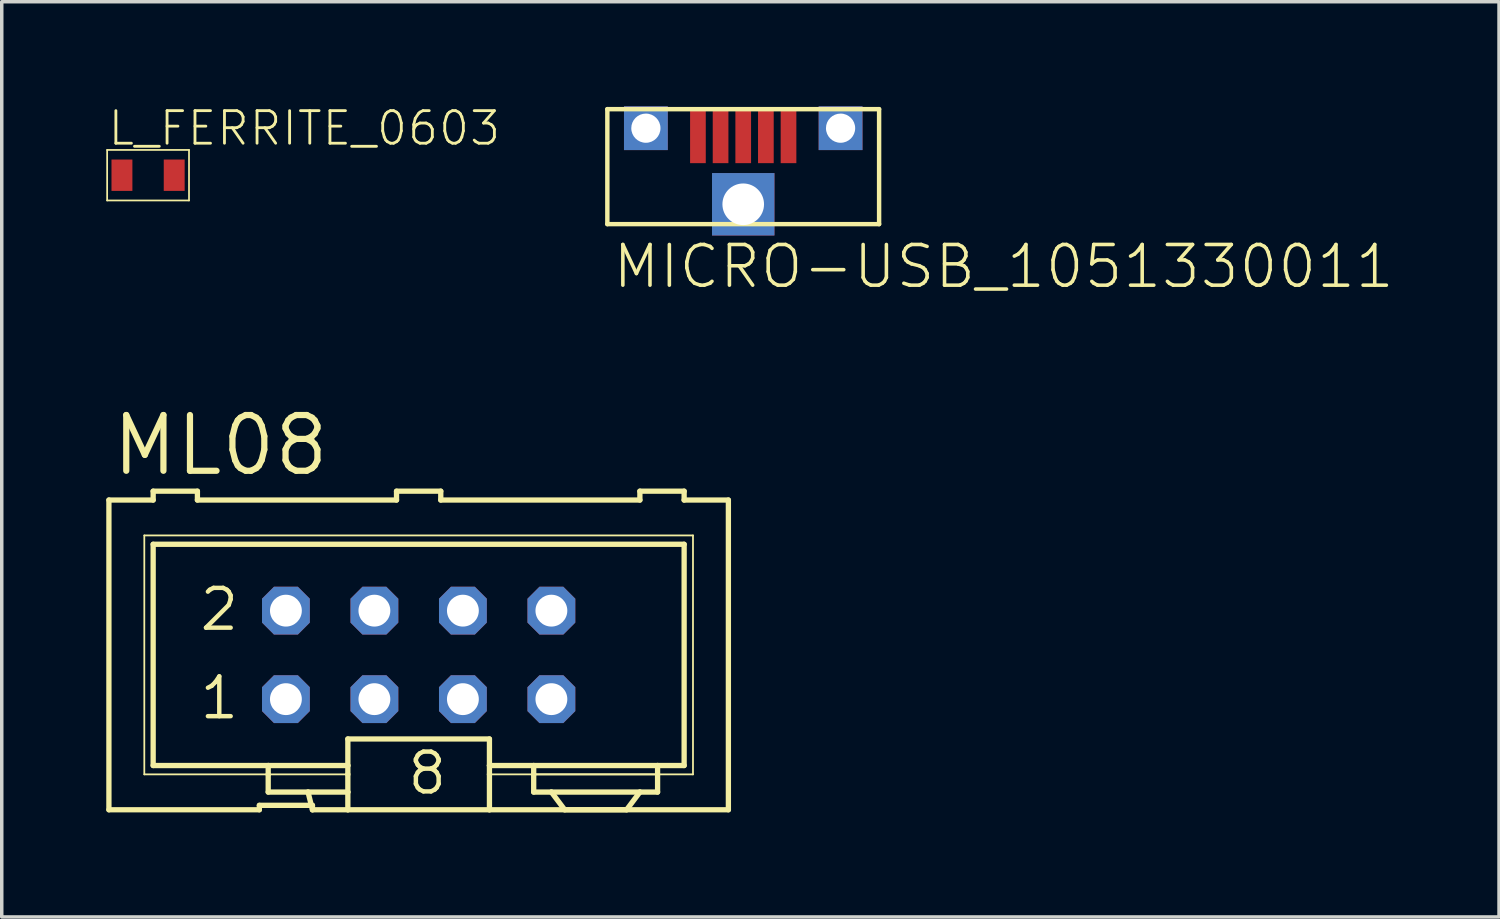
<source format=kicad_pcb>
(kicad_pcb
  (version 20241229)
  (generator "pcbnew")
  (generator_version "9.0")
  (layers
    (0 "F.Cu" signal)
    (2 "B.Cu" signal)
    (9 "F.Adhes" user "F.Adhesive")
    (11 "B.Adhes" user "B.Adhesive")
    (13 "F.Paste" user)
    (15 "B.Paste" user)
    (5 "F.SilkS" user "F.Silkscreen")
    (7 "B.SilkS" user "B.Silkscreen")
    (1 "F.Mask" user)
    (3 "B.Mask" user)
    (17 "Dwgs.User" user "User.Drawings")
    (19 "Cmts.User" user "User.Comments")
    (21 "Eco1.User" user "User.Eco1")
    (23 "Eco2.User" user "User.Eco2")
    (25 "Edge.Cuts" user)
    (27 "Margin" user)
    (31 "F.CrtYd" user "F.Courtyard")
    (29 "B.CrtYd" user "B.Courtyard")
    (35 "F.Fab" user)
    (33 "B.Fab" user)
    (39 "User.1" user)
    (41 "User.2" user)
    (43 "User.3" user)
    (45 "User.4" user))
  (footprint "ML08"
    (layer "F.Cu")
    (at 8.966 15.874)
    (property "Reference" "ML08" (at -8.89 -5.207 0) (layer "F.SilkS") (effects (font (size 1.6 1.6) (thickness 0.178)) (justify left bottom)))
    (fp_line (start -8.89 -4.572) (end -8.89 4.318) (stroke (width 0.152) (type solid)) (layer "F.SilkS"))
    (fp_line (start -8.89 -4.572) (end -7.62 -4.572) (stroke (width 0.152) (type solid)) (layer "F.SilkS"))
    (fp_line (start -8.89 4.318) (end -4.572 4.318) (stroke (width 0.152) (type solid)) (layer "F.SilkS"))
    (fp_line (start -7.874 -3.556) (end -7.874 3.302) (stroke (width 0.051) (type solid)) (layer "F.SilkS"))
    (fp_line (start -7.874 3.302) (end -4.318 3.302) (stroke (width 0.051) (type solid)) (layer "F.SilkS"))
    (fp_line (start -7.62 -4.826) (end -7.62 -4.572) (stroke (width 0.152) (type solid)) (layer "F.SilkS"))
    (fp_line (start -7.62 -3.302) (end -7.62 3.048) (stroke (width 0.152) (type solid)) (layer "F.SilkS"))
    (fp_line (start -7.62 -3.302) (end 7.62 -3.302) (stroke (width 0.152) (type solid)) (layer "F.SilkS"))
    (fp_line (start -6.35 -4.826) (end -7.62 -4.826) (stroke (width 0.152) (type solid)) (layer "F.SilkS"))
    (fp_line (start -6.35 -4.826) (end -6.35 -4.572) (stroke (width 0.152) (type solid)) (layer "F.SilkS"))
    (fp_line (start -6.35 -4.572) (end -0.635 -4.572) (stroke (width 0.152) (type solid)) (layer "F.SilkS"))
    (fp_line (start -4.572 4.191) (end -4.572 4.318) (stroke (width 0.152) (type solid)) (layer "F.SilkS"))
    (fp_line (start -4.572 4.191) (end -3.048 4.191) (stroke (width 0.152) (type solid)) (layer "F.SilkS"))
    (fp_line (start -4.318 3.048) (end -7.62 3.048) (stroke (width 0.152) (type solid)) (layer "F.SilkS"))
    (fp_line (start -4.318 3.048) (end -4.318 3.302) (stroke (width 0.152) (type solid)) (layer "F.SilkS"))
    (fp_line (start -4.318 3.302) (end -4.318 3.81) (stroke (width 0.152) (type solid)) (layer "F.SilkS"))
    (fp_line (start -4.318 3.302) (end -2.032 3.302) (stroke (width 0.051) (type solid)) (layer "F.SilkS"))
    (fp_line (start -4.318 3.81) (end -3.175 3.81) (stroke (width 0.152) (type solid)) (layer "F.SilkS"))
    (fp_line (start -3.175 3.81) (end -3.048 4.318) (stroke (width 0.152) (type solid)) (layer "F.SilkS"))
    (fp_line (start -3.175 3.81) (end -2.032 3.81) (stroke (width 0.152) (type solid)) (layer "F.SilkS"))
    (fp_line (start -3.048 4.318) (end -3.048 4.191) (stroke (width 0.152) (type solid)) (layer "F.SilkS"))
    (fp_line (start -3.048 4.318) (end -2.032 4.318) (stroke (width 0.152) (type solid)) (layer "F.SilkS"))
    (fp_line (start -2.032 3.048) (end -4.318 3.048) (stroke (width 0.152) (type solid)) (layer "F.SilkS"))
    (fp_line (start -2.032 3.048) (end -2.032 2.286) (stroke (width 0.152) (type solid)) (layer "F.SilkS"))
    (fp_line (start -2.032 3.048) (end -2.032 3.302) (stroke (width 0.152) (type solid)) (layer "F.SilkS"))
    (fp_line (start -2.032 3.302) (end -2.032 3.81) (stroke (width 0.152) (type solid)) (layer "F.SilkS"))
    (fp_line (start -2.032 3.81) (end -2.032 4.318) (stroke (width 0.152) (type solid)) (layer "F.SilkS"))
    (fp_line (start -0.635 -4.826) (end -0.635 -4.572) (stroke (width 0.152) (type solid)) (layer "F.SilkS"))
    (fp_line (start 0.635 -4.826) (end -0.635 -4.826) (stroke (width 0.152) (type solid)) (layer "F.SilkS"))
    (fp_line (start 0.635 -4.826) (end 0.635 -4.572) (stroke (width 0.152) (type solid)) (layer "F.SilkS"))
    (fp_line (start 0.635 -4.572) (end 6.35 -4.572) (stroke (width 0.152) (type solid)) (layer "F.SilkS"))
    (fp_line (start 2.032 2.286) (end -2.032 2.286) (stroke (width 0.152) (type solid)) (layer "F.SilkS"))
    (fp_line (start 2.032 2.286) (end 2.032 3.048) (stroke (width 0.152) (type solid)) (layer "F.SilkS"))
    (fp_line (start 2.032 3.048) (end 2.032 3.302) (stroke (width 0.152) (type solid)) (layer "F.SilkS"))
    (fp_line (start 2.032 3.302) (end 2.032 4.318) (stroke (width 0.152) (type solid)) (layer "F.SilkS"))
    (fp_line (start 2.032 4.318) (end -2.032 4.318) (stroke (width 0.152) (type solid)) (layer "F.SilkS"))
    (fp_line (start 3.302 3.048) (end 2.032 3.048) (stroke (width 0.152) (type solid)) (layer "F.SilkS"))
    (fp_line (start 3.302 3.048) (end 3.302 3.302) (stroke (width 0.152) (type solid)) (layer "F.SilkS"))
    (fp_line (start 3.302 3.048) (end 6.858 3.048) (stroke (width 0.152) (type solid)) (layer "F.SilkS"))
    (fp_line (start 3.302 3.302) (end 3.302 3.81) (stroke (width 0.152) (type solid)) (layer "F.SilkS"))
    (fp_line (start 3.302 3.302) (end 7.874 3.302) (stroke (width 0.051) (type solid)) (layer "F.SilkS"))
    (fp_line (start 3.81 3.81) (end 3.302 3.81) (stroke (width 0.152) (type solid)) (layer "F.SilkS"))
    (fp_line (start 3.81 3.81) (end 4.191 4.318) (stroke (width 0.152) (type solid)) (layer "F.SilkS"))
    (fp_line (start 3.81 3.81) (end 6.35 3.81) (stroke (width 0.152) (type solid)) (layer "F.SilkS"))
    (fp_line (start 5.969 4.318) (end 2.032 4.318) (stroke (width 0.152) (type solid)) (layer "F.SilkS"))
    (fp_line (start 5.969 4.318) (end 6.35 3.81) (stroke (width 0.152) (type solid)) (layer "F.SilkS"))
    (fp_line (start 6.35 -4.572) (end 6.35 -4.826) (stroke (width 0.152) (type solid)) (layer "F.SilkS"))
    (fp_line (start 6.858 3.048) (end 6.858 3.302) (stroke (width 0.152) (type solid)) (layer "F.SilkS"))
    (fp_line (start 6.858 3.302) (end 2.032 3.302) (stroke (width 0.051) (type solid)) (layer "F.SilkS"))
    (fp_line (start 6.858 3.302) (end 6.858 3.81) (stroke (width 0.152) (type solid)) (layer "F.SilkS"))
    (fp_line (start 6.858 3.81) (end 6.35 3.81) (stroke (width 0.152) (type solid)) (layer "F.SilkS"))
    (fp_line (start 7.62 -4.826) (end 6.35 -4.826) (stroke (width 0.152) (type solid)) (layer "F.SilkS"))
    (fp_line (start 7.62 -4.572) (end 7.62 -4.826) (stroke (width 0.152) (type solid)) (layer "F.SilkS"))
    (fp_line (start 7.62 -4.572) (end 8.89 -4.572) (stroke (width 0.152) (type solid)) (layer "F.SilkS"))
    (fp_line (start 7.62 3.048) (end 6.858 3.048) (stroke (width 0.152) (type solid)) (layer "F.SilkS"))
    (fp_line (start 7.62 3.048) (end 7.62 -3.302) (stroke (width 0.152) (type solid)) (layer "F.SilkS"))
    (fp_line (start 7.874 -3.556) (end -7.874 -3.556) (stroke (width 0.051) (type solid)) (layer "F.SilkS"))
    (fp_line (start 7.874 3.302) (end 7.874 -3.556) (stroke (width 0.051) (type solid)) (layer "F.SilkS"))
    (fp_line (start 8.89 4.318) (end 4.191 4.318) (stroke (width 0.152) (type solid)) (layer "F.SilkS"))
    (fp_line (start 8.89 4.318) (end 8.89 -4.572) (stroke (width 0.152) (type solid)) (layer "F.SilkS"))
    (fp_poly (pts (xy -4.064 -1.143) (xy -3.556 -1.143) (xy -3.556 -1.651) (xy -4.064 -1.651)) (stroke (width 0.1) (type solid)) (fill no) (layer "F.Fab"))
    (fp_poly (pts (xy -4.064 1.397) (xy -3.556 1.397) (xy -3.556 0.889) (xy -4.064 0.889)) (stroke (width 0.1) (type solid)) (fill no) (layer "F.Fab"))
    (fp_poly (pts (xy -1.524 -1.143) (xy -1.016 -1.143) (xy -1.016 -1.651) (xy -1.524 -1.651)) (stroke (width 0.1) (type solid)) (fill no) (layer "F.Fab"))
    (fp_poly (pts (xy -1.524 1.397) (xy -1.016 1.397) (xy -1.016 0.889) (xy -1.524 0.889)) (stroke (width 0.1) (type solid)) (fill no) (layer "F.Fab"))
    (fp_poly (pts (xy 1.016 -1.143) (xy 1.524 -1.143) (xy 1.524 -1.651) (xy 1.016 -1.651)) (stroke (width 0.1) (type solid)) (fill no) (layer "F.Fab"))
    (fp_poly (pts (xy 1.016 1.397) (xy 1.524 1.397) (xy 1.524 0.889) (xy 1.016 0.889)) (stroke (width 0.1) (type solid)) (fill no) (layer "F.Fab"))
    (fp_poly (pts (xy 3.556 -1.143) (xy 4.064 -1.143) (xy 4.064 -1.651) (xy 3.556 -1.651)) (stroke (width 0.1) (type solid)) (fill no) (layer "F.Fab"))
    (fp_poly (pts (xy 3.556 1.397) (xy 4.064 1.397) (xy 4.064 0.889) (xy 3.556 0.889)) (stroke (width 0.1) (type solid)) (fill no) (layer "F.Fab"))
    (fp_text user "8" (at -0.381 3.937 0) (layer "F.SilkS") (effects (font (size 1.143 1.143) (thickness 0.127)) (justify left bottom)))
    (fp_text user "1" (at -6.35 1.778 0) (layer "F.SilkS") (effects (font (size 1.143 1.143) (thickness 0.127)) (justify left bottom)))
    (fp_text user "2" (at -6.35 -0.762 0) (layer "F.SilkS") (effects (font (size 1.143 1.143) (thickness 0.127)) (justify left bottom)))
    (pad "1" thru_hole roundrect (at -3.81 1.143) (size 1.372 1.372) (drill 0.914) (layers "*.Cu" "*.Mask") (roundrect_rratio 0.25) (chamfer_ratio 0.25) (chamfer top_left top_right bottom_left bottom_right))
    (pad "2" thru_hole roundrect (at -3.81 -1.397) (size 1.372 1.372) (drill 0.914) (layers "*.Cu" "*.Mask") (roundrect_rratio 0.25) (chamfer_ratio 0.25) (chamfer top_left top_right bottom_left bottom_right))
    (pad "3" thru_hole roundrect (at -1.27 1.143) (size 1.372 1.372) (drill 0.914) (layers "*.Cu" "*.Mask") (roundrect_rratio 0.25) (chamfer_ratio 0.25) (chamfer top_left top_right bottom_left bottom_right))
    (pad "4" thru_hole roundrect (at -1.27 -1.397) (size 1.372 1.372) (drill 0.914) (layers "*.Cu" "*.Mask") (roundrect_rratio 0.25) (chamfer_ratio 0.25) (chamfer top_left top_right bottom_left bottom_right))
    (pad "5" thru_hole roundrect (at 1.27 1.143) (size 1.372 1.372) (drill 0.914) (layers "*.Cu" "*.Mask") (roundrect_rratio 0.25) (chamfer_ratio 0.25) (chamfer top_left top_right bottom_left bottom_right))
    (pad "6" thru_hole roundrect (at 1.27 -1.397) (size 1.372 1.372) (drill 0.914) (layers "*.Cu" "*.Mask") (roundrect_rratio 0.25) (chamfer_ratio 0.25) (chamfer top_left top_right bottom_left bottom_right))
    (pad "7" thru_hole roundrect (at 3.81 1.143) (size 1.372 1.372) (drill 0.914) (layers "*.Cu" "*.Mask") (roundrect_rratio 0.25) (chamfer_ratio 0.25) (chamfer top_left top_right bottom_left bottom_right))
    (pad "8" thru_hole roundrect (at 3.81 -1.397) (size 1.372 1.372) (drill 0.914) (layers "*.Cu" "*.Mask") (roundrect_rratio 0.25) (chamfer_ratio 0.25) (chamfer top_left top_right bottom_left bottom_right)))
  (footprint "MICRO-USB_1051330011"
    (layer "F.Cu")
    (at 18.282 0.883)
    (property "Reference" "MICRO-USB_1051330011" (at -3.8 4.4 0) (layer "F.SilkS") (effects (font (size 1.168 1.168) (thickness 0.102)) (justify left bottom)))
    (fp_line (start -3.9 -0.8) (end 3.9 -0.8) (stroke (width 0.127) (type solid)) (layer "F.SilkS"))
    (fp_line (start -3.9 2.5) (end -3.9 -0.8) (stroke (width 0.127) (type solid)) (layer "F.SilkS"))
    (fp_line (start 3.9 -0.8) (end 3.9 2.5) (stroke (width 0.127) (type solid)) (layer "F.SilkS"))
    (fp_line (start 3.9 2.5) (end -3.9 2.5) (stroke (width 0.127) (type solid)) (layer "F.SilkS"))
    (pad "1" smd rect (at -1.3 0 90) (size 1.5 0.45) (layers "F.Cu" "F.Mask" "F.Paste"))
    (pad "2" smd rect (at -0.65 0 90) (size 1.5 0.45) (layers "F.Cu" "F.Mask" "F.Paste"))
    (pad "3" smd rect (at 0 0 90) (size 1.5 0.45) (layers "F.Cu" "F.Mask" "F.Paste"))
    (pad "4" smd rect (at 0.65 0 90) (size 1.5 0.45) (layers "F.Cu" "F.Mask" "F.Paste"))
    (pad "5" smd rect (at 1.3 0 90) (size 1.5 0.45) (layers "F.Cu" "F.Mask" "F.Paste"))
    (pad "P$1" thru_hole rect (at 2.794 -0.254) (size 1.257 1.257) (drill 0.838) (layers "*.Cu" "*.Mask"))
    (pad "P$2" thru_hole rect (at -2.794 -0.254) (size 1.257 1.257) (drill 0.838) (layers "*.Cu" "*.Mask"))
    (pad "P$3" thru_hole rect (at 0 1.93) (size 1.791 1.791) (drill 1.194) (layers "*.Cu" "*.Mask")))
  (footprint "L_FERRITE_0603"
    (layer "F.Cu")
    (at 1.2 1.979)
    (property "Reference" "L_FERRITE_0603" (at -1.2 -0.8 0) (layer "F.SilkS") (effects (font (size 0.935 0.935) (thickness 0.081)) (justify left bottom)))
    (fp_line (start -1.175 -0.725) (end -1.175 0.725) (stroke (width 0.05) (type solid)) (layer "F.SilkS"))
    (fp_line (start -1.175 0.725) (end 1.175 0.725) (stroke (width 0.05) (type solid)) (layer "F.SilkS"))
    (fp_line (start 1.175 -0.725) (end -1.175 -0.725) (stroke (width 0.05) (type solid)) (layer "F.SilkS"))
    (fp_line (start 1.175 0.725) (end 1.175 -0.725) (stroke (width 0.05) (type solid)) (layer "F.SilkS"))
    (pad "P$1" smd rect (at -0.75 0) (size 0.6 0.9) (layers "F.Cu" "F.Mask" "F.Paste"))
    (pad "P$2" smd rect (at 0.75 0) (size 0.6 0.9) (layers "F.Cu" "F.Mask" "F.Paste")))
  (gr_rect
    (start -3 -3)
    (end 39.975 23.268)
    (stroke (width 0.1) (type default))
    (fill no)
    (layer "Edge.Cuts")))
</source>
